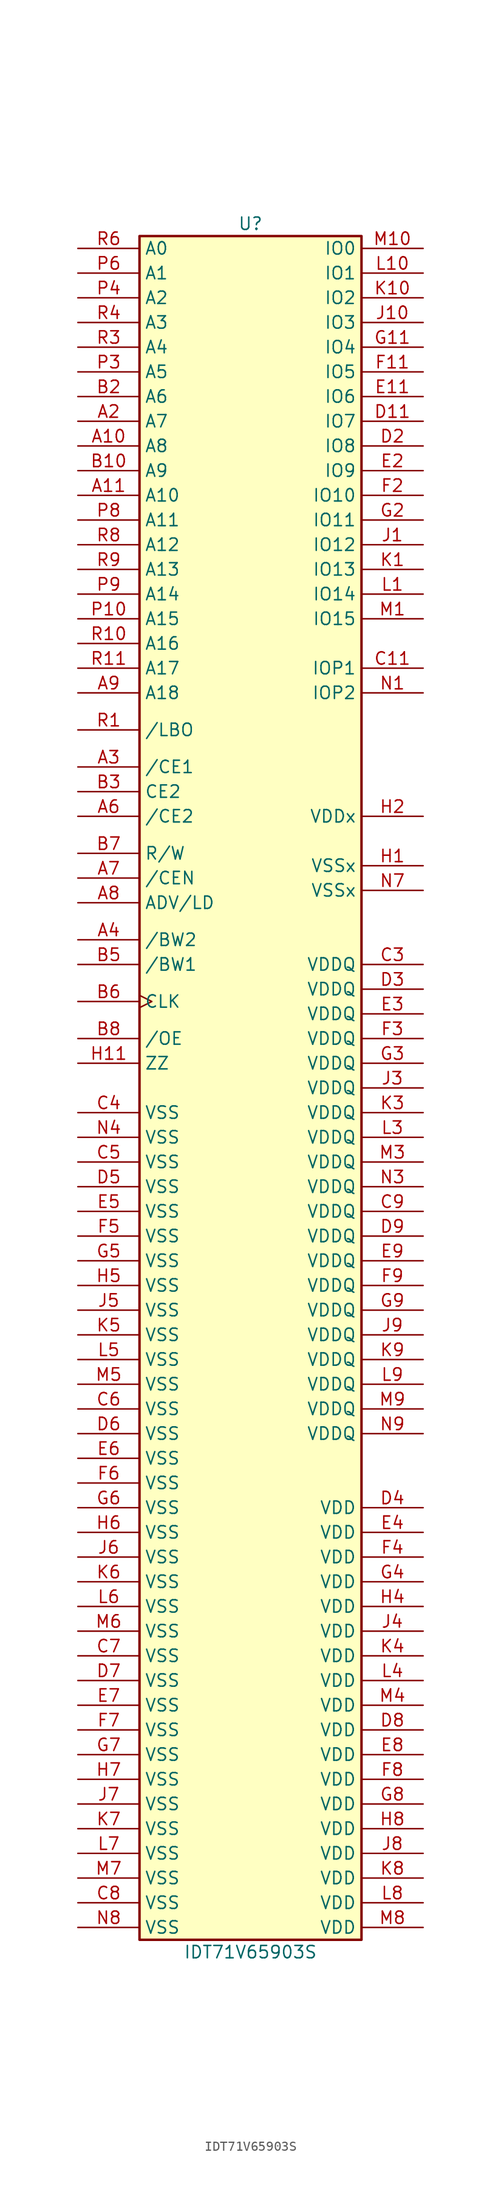
<source format=kicad_sym>
(kicad_symbol_lib
  (version 20220914)
  (generator kicad_symbol_editor)
  (symbol "IDT71V65903S"
    (property "Reference" "U"
      (at 0 88.9 0)
      (effects (font (size 1.27 1.27))))
    (property "Value" "IDT71V65903S"
      (at 0 -88.9 0)
      (effects (font (size 1.27 1.27))))
    (symbol "IDT71V65903S_0_1"
      (rectangle (start -11.43 87.63) (end 11.43 -87.63) (stroke (width 0.254) (type solid)) (fill (type background))))
    (symbol "IDT71V65903S_1_1"
      (pin input line (at -17.78 66.04 0) (length 6.35) (name "A8" (effects (font (size 1.27 1.27)))) (number "A10" (effects (font (size 1.27 1.27)))))
      (pin input line (at -17.78 60.96 0) (length 6.35) (name "A10" (effects (font (size 1.27 1.27)))) (number "A11" (effects (font (size 1.27 1.27)))))
      (pin input line (at -17.78 68.58 0) (length 6.35) (name "A7" (effects (font (size 1.27 1.27)))) (number "A2" (effects (font (size 1.27 1.27)))))
      (pin input line (at -17.78 33.02 0) (length 6.35) (name "/CE1" (effects (font (size 1.27 1.27)))) (number "A3" (effects (font (size 1.27 1.27)))))
      (pin input line (at -17.78 15.24 0) (length 6.35) (name "/BW2" (effects (font (size 1.27 1.27)))) (number "A4" (effects (font (size 1.27 1.27)))))
      (pin input line (at -17.78 27.94 0) (length 6.35) (name "/CE2" (effects (font (size 1.27 1.27)))) (number "A6" (effects (font (size 1.27 1.27)))))
      (pin input line (at -17.78 21.59 0) (length 6.35) (name "/CEN" (effects (font (size 1.27 1.27)))) (number "A7" (effects (font (size 1.27 1.27)))))
      (pin input line (at -17.78 19.05 0) (length 6.35) (name "ADV/LD" (effects (font (size 1.27 1.27)))) (number "A8" (effects (font (size 1.27 1.27)))))
      (pin input line (at -17.78 40.64 0) (length 6.35) (name "A18" (effects (font (size 1.27 1.27)))) (number "A9" (effects (font (size 1.27 1.27)))))
      (pin input line (at -17.78 63.5 0) (length 6.35) (name "A9" (effects (font (size 1.27 1.27)))) (number "B10" (effects (font (size 1.27 1.27)))))
      (pin input line (at -17.78 71.12 0) (length 6.35) (name "A6" (effects (font (size 1.27 1.27)))) (number "B2" (effects (font (size 1.27 1.27)))))
      (pin input line (at -17.78 30.48 0) (length 6.35) (name "CE2" (effects (font (size 1.27 1.27)))) (number "B3" (effects (font (size 1.27 1.27)))))
      (pin input line (at -17.78 12.7 0) (length 6.35) (name "/BW1" (effects (font (size 1.27 1.27)))) (number "B5" (effects (font (size 1.27 1.27)))))
      (pin input clock (at -17.78 8.89 0) (length 6.35) (name "CLK" (effects (font (size 1.27 1.27)))) (number "B6" (effects (font (size 1.27 1.27)))))
      (pin input line (at -17.78 24.13 0) (length 6.35) (name "R/W" (effects (font (size 1.27 1.27)))) (number "B7" (effects (font (size 1.27 1.27)))))
      (pin input line (at -17.78 5.08 0) (length 6.35) (name "/OE" (effects (font (size 1.27 1.27)))) (number "B8" (effects (font (size 1.27 1.27)))))
      (pin bidirectional line (at 17.78 43.18 180) (length 6.35) (name "IOP1" (effects (font (size 1.27 1.27)))) (number "C11" (effects (font (size 1.27 1.27)))))
      (pin power_in line (at 17.78 12.7 180) (length 6.35) (name "VDDQ" (effects (font (size 1.27 1.27)))) (number "C3" (effects (font (size 1.27 1.27)))))
      (pin passive line (at -17.78 -2.54 0) (length 6.35) (name "VSS" (effects (font (size 1.27 1.27)))) (number "C4" (effects (font (size 1.27 1.27)))))
      (pin passive line (at -17.78 -7.62 0) (length 6.35) (name "VSS" (effects (font (size 1.27 1.27)))) (number "C5" (effects (font (size 1.27 1.27)))))
      (pin passive line (at -17.78 -33.02 0) (length 6.35) (name "VSS" (effects (font (size 1.27 1.27)))) (number "C6" (effects (font (size 1.27 1.27)))))
      (pin passive line (at -17.78 -58.42 0) (length 6.35) (name "VSS" (effects (font (size 1.27 1.27)))) (number "C7" (effects (font (size 1.27 1.27)))))
      (pin passive line (at -17.78 -83.82 0) (length 6.35) (name "VSS" (effects (font (size 1.27 1.27)))) (number "C8" (effects (font (size 1.27 1.27)))))
      (pin passive line (at 17.78 -12.7 180) (length 6.35) (name "VDDQ" (effects (font (size 1.27 1.27)))) (number "C9" (effects (font (size 1.27 1.27)))))
      (pin bidirectional line (at 17.78 68.58 180) (length 6.35) (name "IO7" (effects (font (size 1.27 1.27)))) (number "D11" (effects (font (size 1.27 1.27)))))
      (pin bidirectional line (at 17.78 66.04 180) (length 6.35) (name "IO8" (effects (font (size 1.27 1.27)))) (number "D2" (effects (font (size 1.27 1.27)))))
      (pin passive line (at 17.78 10.16 180) (length 6.35) (name "VDDQ" (effects (font (size 1.27 1.27)))) (number "D3" (effects (font (size 1.27 1.27)))))
      (pin passive line (at 17.78 -43.18 180) (length 6.35) (name "VDD" (effects (font (size 1.27 1.27)))) (number "D4" (effects (font (size 1.27 1.27)))))
      (pin passive line (at -17.78 -10.16 0) (length 6.35) (name "VSS" (effects (font (size 1.27 1.27)))) (number "D5" (effects (font (size 1.27 1.27)))))
      (pin passive line (at -17.78 -35.56 0) (length 6.35) (name "VSS" (effects (font (size 1.27 1.27)))) (number "D6" (effects (font (size 1.27 1.27)))))
      (pin passive line (at -17.78 -60.96 0) (length 6.35) (name "VSS" (effects (font (size 1.27 1.27)))) (number "D7" (effects (font (size 1.27 1.27)))))
      (pin passive line (at 17.78 -66.04 180) (length 6.35) (name "VDD" (effects (font (size 1.27 1.27)))) (number "D8" (effects (font (size 1.27 1.27)))))
      (pin passive line (at 17.78 -15.24 180) (length 6.35) (name "VDDQ" (effects (font (size 1.27 1.27)))) (number "D9" (effects (font (size 1.27 1.27)))))
      (pin bidirectional line (at 17.78 71.12 180) (length 6.35) (name "IO6" (effects (font (size 1.27 1.27)))) (number "E11" (effects (font (size 1.27 1.27)))))
      (pin bidirectional line (at 17.78 63.5 180) (length 6.35) (name "IO9" (effects (font (size 1.27 1.27)))) (number "E2" (effects (font (size 1.27 1.27)))))
      (pin passive line (at 17.78 7.62 180) (length 6.35) (name "VDDQ" (effects (font (size 1.27 1.27)))) (number "E3" (effects (font (size 1.27 1.27)))))
      (pin passive line (at 17.78 -45.72 180) (length 6.35) (name "VDD" (effects (font (size 1.27 1.27)))) (number "E4" (effects (font (size 1.27 1.27)))))
      (pin passive line (at -17.78 -12.7 0) (length 6.35) (name "VSS" (effects (font (size 1.27 1.27)))) (number "E5" (effects (font (size 1.27 1.27)))))
      (pin passive line (at -17.78 -38.1 0) (length 6.35) (name "VSS" (effects (font (size 1.27 1.27)))) (number "E6" (effects (font (size 1.27 1.27)))))
      (pin passive line (at -17.78 -63.5 0) (length 6.35) (name "VSS" (effects (font (size 1.27 1.27)))) (number "E7" (effects (font (size 1.27 1.27)))))
      (pin passive line (at 17.78 -68.58 180) (length 6.35) (name "VDD" (effects (font (size 1.27 1.27)))) (number "E8" (effects (font (size 1.27 1.27)))))
      (pin passive line (at 17.78 -17.78 180) (length 6.35) (name "VDDQ" (effects (font (size 1.27 1.27)))) (number "E9" (effects (font (size 1.27 1.27)))))
      (pin bidirectional line (at 17.78 73.66 180) (length 6.35) (name "IO5" (effects (font (size 1.27 1.27)))) (number "F11" (effects (font (size 1.27 1.27)))))
      (pin bidirectional line (at 17.78 60.96 180) (length 6.35) (name "IO10" (effects (font (size 1.27 1.27)))) (number "F2" (effects (font (size 1.27 1.27)))))
      (pin passive line (at 17.78 5.08 180) (length 6.35) (name "VDDQ" (effects (font (size 1.27 1.27)))) (number "F3" (effects (font (size 1.27 1.27)))))
      (pin passive line (at 17.78 -48.26 180) (length 6.35) (name "VDD" (effects (font (size 1.27 1.27)))) (number "F4" (effects (font (size 1.27 1.27)))))
      (pin passive line (at -17.78 -15.24 0) (length 6.35) (name "VSS" (effects (font (size 1.27 1.27)))) (number "F5" (effects (font (size 1.27 1.27)))))
      (pin passive line (at -17.78 -40.64 0) (length 6.35) (name "VSS" (effects (font (size 1.27 1.27)))) (number "F6" (effects (font (size 1.27 1.27)))))
      (pin passive line (at -17.78 -66.04 0) (length 6.35) (name "VSS" (effects (font (size 1.27 1.27)))) (number "F7" (effects (font (size 1.27 1.27)))))
      (pin passive line (at 17.78 -71.12 180) (length 6.35) (name "VDD" (effects (font (size 1.27 1.27)))) (number "F8" (effects (font (size 1.27 1.27)))))
      (pin passive line (at 17.78 -20.32 180) (length 6.35) (name "VDDQ" (effects (font (size 1.27 1.27)))) (number "F9" (effects (font (size 1.27 1.27)))))
      (pin bidirectional line (at 17.78 76.2 180) (length 6.35) (name "IO4" (effects (font (size 1.27 1.27)))) (number "G11" (effects (font (size 1.27 1.27)))))
      (pin bidirectional line (at 17.78 58.42 180) (length 6.35) (name "IO11" (effects (font (size 1.27 1.27)))) (number "G2" (effects (font (size 1.27 1.27)))))
      (pin passive line (at 17.78 2.54 180) (length 6.35) (name "VDDQ" (effects (font (size 1.27 1.27)))) (number "G3" (effects (font (size 1.27 1.27)))))
      (pin passive line (at 17.78 -50.8 180) (length 6.35) (name "VDD" (effects (font (size 1.27 1.27)))) (number "G4" (effects (font (size 1.27 1.27)))))
      (pin passive line (at -17.78 -17.78 0) (length 6.35) (name "VSS" (effects (font (size 1.27 1.27)))) (number "G5" (effects (font (size 1.27 1.27)))))
      (pin passive line (at -17.78 -43.18 0) (length 6.35) (name "VSS" (effects (font (size 1.27 1.27)))) (number "G6" (effects (font (size 1.27 1.27)))))
      (pin passive line (at -17.78 -68.58 0) (length 6.35) (name "VSS" (effects (font (size 1.27 1.27)))) (number "G7" (effects (font (size 1.27 1.27)))))
      (pin passive line (at 17.78 -73.66 180) (length 6.35) (name "VDD" (effects (font (size 1.27 1.27)))) (number "G8" (effects (font (size 1.27 1.27)))))
      (pin passive line (at 17.78 -22.86 180) (length 6.35) (name "VDDQ" (effects (font (size 1.27 1.27)))) (number "G9" (effects (font (size 1.27 1.27)))))
      (pin passive line (at 17.78 22.86 180) (length 6.35) (name "VSSx" (effects (font (size 1.27 1.27)))) (number "H1" (effects (font (size 1.27 1.27)))))
      (pin input line (at -17.78 2.54 0) (length 6.35) (name "ZZ" (effects (font (size 1.27 1.27)))) (number "H11" (effects (font (size 1.27 1.27)))))
      (pin passive line (at 17.78 27.94 180) (length 6.35) (name "VDDx" (effects (font (size 1.27 1.27)))) (number "H2" (effects (font (size 1.27 1.27)))))
      (pin passive line (at 17.78 -53.34 180) (length 6.35) (name "VDD" (effects (font (size 1.27 1.27)))) (number "H4" (effects (font (size 1.27 1.27)))))
      (pin passive line (at -17.78 -20.32 0) (length 6.35) (name "VSS" (effects (font (size 1.27 1.27)))) (number "H5" (effects (font (size 1.27 1.27)))))
      (pin passive line (at -17.78 -45.72 0) (length 6.35) (name "VSS" (effects (font (size 1.27 1.27)))) (number "H6" (effects (font (size 1.27 1.27)))))
      (pin passive line (at -17.78 -71.12 0) (length 6.35) (name "VSS" (effects (font (size 1.27 1.27)))) (number "H7" (effects (font (size 1.27 1.27)))))
      (pin passive line (at 17.78 -76.2 180) (length 6.35) (name "VDD" (effects (font (size 1.27 1.27)))) (number "H8" (effects (font (size 1.27 1.27)))))
      (pin bidirectional line (at 17.78 55.88 180) (length 6.35) (name "IO12" (effects (font (size 1.27 1.27)))) (number "J1" (effects (font (size 1.27 1.27)))))
      (pin bidirectional line (at 17.78 78.74 180) (length 6.35) (name "IO3" (effects (font (size 1.27 1.27)))) (number "J10" (effects (font (size 1.27 1.27)))))
      (pin passive line (at 17.78 0 180) (length 6.35) (name "VDDQ" (effects (font (size 1.27 1.27)))) (number "J3" (effects (font (size 1.27 1.27)))))
      (pin passive line (at 17.78 -55.88 180) (length 6.35) (name "VDD" (effects (font (size 1.27 1.27)))) (number "J4" (effects (font (size 1.27 1.27)))))
      (pin passive line (at -17.78 -22.86 0) (length 6.35) (name "VSS" (effects (font (size 1.27 1.27)))) (number "J5" (effects (font (size 1.27 1.27)))))
      (pin passive line (at -17.78 -48.26 0) (length 6.35) (name "VSS" (effects (font (size 1.27 1.27)))) (number "J6" (effects (font (size 1.27 1.27)))))
      (pin passive line (at -17.78 -73.66 0) (length 6.35) (name "VSS" (effects (font (size 1.27 1.27)))) (number "J7" (effects (font (size 1.27 1.27)))))
      (pin passive line (at 17.78 -78.74 180) (length 6.35) (name "VDD" (effects (font (size 1.27 1.27)))) (number "J8" (effects (font (size 1.27 1.27)))))
      (pin passive line (at 17.78 -25.4 180) (length 6.35) (name "VDDQ" (effects (font (size 1.27 1.27)))) (number "J9" (effects (font (size 1.27 1.27)))))
      (pin bidirectional line (at 17.78 53.34 180) (length 6.35) (name "IO13" (effects (font (size 1.27 1.27)))) (number "K1" (effects (font (size 1.27 1.27)))))
      (pin bidirectional line (at 17.78 81.28 180) (length 6.35) (name "IO2" (effects (font (size 1.27 1.27)))) (number "K10" (effects (font (size 1.27 1.27)))))
      (pin passive line (at 17.78 -2.54 180) (length 6.35) (name "VDDQ" (effects (font (size 1.27 1.27)))) (number "K3" (effects (font (size 1.27 1.27)))))
      (pin passive line (at 17.78 -58.42 180) (length 6.35) (name "VDD" (effects (font (size 1.27 1.27)))) (number "K4" (effects (font (size 1.27 1.27)))))
      (pin passive line (at -17.78 -25.4 0) (length 6.35) (name "VSS" (effects (font (size 1.27 1.27)))) (number "K5" (effects (font (size 1.27 1.27)))))
      (pin passive line (at -17.78 -50.8 0) (length 6.35) (name "VSS" (effects (font (size 1.27 1.27)))) (number "K6" (effects (font (size 1.27 1.27)))))
      (pin passive line (at -17.78 -76.2 0) (length 6.35) (name "VSS" (effects (font (size 1.27 1.27)))) (number "K7" (effects (font (size 1.27 1.27)))))
      (pin passive line (at 17.78 -81.28 180) (length 6.35) (name "VDD" (effects (font (size 1.27 1.27)))) (number "K8" (effects (font (size 1.27 1.27)))))
      (pin passive line (at 17.78 -27.94 180) (length 6.35) (name "VDDQ" (effects (font (size 1.27 1.27)))) (number "K9" (effects (font (size 1.27 1.27)))))
      (pin bidirectional line (at 17.78 50.8 180) (length 6.35) (name "IO14" (effects (font (size 1.27 1.27)))) (number "L1" (effects (font (size 1.27 1.27)))))
      (pin bidirectional line (at 17.78 83.82 180) (length 6.35) (name "IO1" (effects (font (size 1.27 1.27)))) (number "L10" (effects (font (size 1.27 1.27)))))
      (pin passive line (at 17.78 -5.08 180) (length 6.35) (name "VDDQ" (effects (font (size 1.27 1.27)))) (number "L3" (effects (font (size 1.27 1.27)))))
      (pin passive line (at 17.78 -60.96 180) (length 6.35) (name "VDD" (effects (font (size 1.27 1.27)))) (number "L4" (effects (font (size 1.27 1.27)))))
      (pin passive line (at -17.78 -27.94 0) (length 6.35) (name "VSS" (effects (font (size 1.27 1.27)))) (number "L5" (effects (font (size 1.27 1.27)))))
      (pin passive line (at -17.78 -53.34 0) (length 6.35) (name "VSS" (effects (font (size 1.27 1.27)))) (number "L6" (effects (font (size 1.27 1.27)))))
      (pin passive line (at -17.78 -78.74 0) (length 6.35) (name "VSS" (effects (font (size 1.27 1.27)))) (number "L7" (effects (font (size 1.27 1.27)))))
      (pin passive line (at 17.78 -83.82 180) (length 6.35) (name "VDD" (effects (font (size 1.27 1.27)))) (number "L8" (effects (font (size 1.27 1.27)))))
      (pin passive line (at 17.78 -30.48 180) (length 6.35) (name "VDDQ" (effects (font (size 1.27 1.27)))) (number "L9" (effects (font (size 1.27 1.27)))))
      (pin bidirectional line (at 17.78 48.26 180) (length 6.35) (name "IO15" (effects (font (size 1.27 1.27)))) (number "M1" (effects (font (size 1.27 1.27)))))
      (pin bidirectional line (at 17.78 86.36 180) (length 6.35) (name "IO0" (effects (font (size 1.27 1.27)))) (number "M10" (effects (font (size 1.27 1.27)))))
      (pin passive line (at 17.78 -7.62 180) (length 6.35) (name "VDDQ" (effects (font (size 1.27 1.27)))) (number "M3" (effects (font (size 1.27 1.27)))))
      (pin passive line (at 17.78 -63.5 180) (length 6.35) (name "VDD" (effects (font (size 1.27 1.27)))) (number "M4" (effects (font (size 1.27 1.27)))))
      (pin passive line (at -17.78 -30.48 0) (length 6.35) (name "VSS" (effects (font (size 1.27 1.27)))) (number "M5" (effects (font (size 1.27 1.27)))))
      (pin passive line (at -17.78 -55.88 0) (length 6.35) (name "VSS" (effects (font (size 1.27 1.27)))) (number "M6" (effects (font (size 1.27 1.27)))))
      (pin passive line (at -17.78 -81.28 0) (length 6.35) (name "VSS" (effects (font (size 1.27 1.27)))) (number "M7" (effects (font (size 1.27 1.27)))))
      (pin passive line (at 17.78 -86.36 180) (length 6.35) (name "VDD" (effects (font (size 1.27 1.27)))) (number "M8" (effects (font (size 1.27 1.27)))))
      (pin passive line (at 17.78 -33.02 180) (length 6.35) (name "VDDQ" (effects (font (size 1.27 1.27)))) (number "M9" (effects (font (size 1.27 1.27)))))
      (pin bidirectional line (at 17.78 40.64 180) (length 6.35) (name "IOP2" (effects (font (size 1.27 1.27)))) (number "N1" (effects (font (size 1.27 1.27)))))
      (pin passive line (at 17.78 -10.16 180) (length 6.35) (name "VDDQ" (effects (font (size 1.27 1.27)))) (number "N3" (effects (font (size 1.27 1.27)))))
      (pin passive line (at -17.78 -5.08 0) (length 6.35) (name "VSS" (effects (font (size 1.27 1.27)))) (number "N4" (effects (font (size 1.27 1.27)))))
      (pin passive line (at 17.78 20.32 180) (length 6.35) (name "VSSx" (effects (font (size 1.27 1.27)))) (number "N7" (effects (font (size 1.27 1.27)))))
      (pin passive line (at -17.78 -86.36 0) (length 6.35) (name "VSS" (effects (font (size 1.27 1.27)))) (number "N8" (effects (font (size 1.27 1.27)))))
      (pin power_in line (at 17.78 -35.56 180) (length 6.35) (name "VDDQ" (effects (font (size 1.27 1.27)))) (number "N9" (effects (font (size 1.27 1.27)))))
      (pin input line (at -17.78 48.26 0) (length 6.35) (name "A15" (effects (font (size 1.27 1.27)))) (number "P10" (effects (font (size 1.27 1.27)))))
      (pin input line (at -17.78 73.66 0) (length 6.35) (name "A5" (effects (font (size 1.27 1.27)))) (number "P3" (effects (font (size 1.27 1.27)))))
      (pin input line (at -17.78 81.28 0) (length 6.35) (name "A2" (effects (font (size 1.27 1.27)))) (number "P4" (effects (font (size 1.27 1.27)))))
      (pin input line (at -17.78 83.82 0) (length 6.35) (name "A1" (effects (font (size 1.27 1.27)))) (number "P6" (effects (font (size 1.27 1.27)))))
      (pin input line (at -17.78 58.42 0) (length 6.35) (name "A11" (effects (font (size 1.27 1.27)))) (number "P8" (effects (font (size 1.27 1.27)))))
      (pin input line (at -17.78 50.8 0) (length 6.35) (name "A14" (effects (font (size 1.27 1.27)))) (number "P9" (effects (font (size 1.27 1.27)))))
      (pin input line (at -17.78 36.83 0) (length 6.35) (name "/LBO" (effects (font (size 1.27 1.27)))) (number "R1" (effects (font (size 1.27 1.27)))))
      (pin input line (at -17.78 45.72 0) (length 6.35) (name "A16" (effects (font (size 1.27 1.27)))) (number "R10" (effects (font (size 1.27 1.27)))))
      (pin input line (at -17.78 43.18 0) (length 6.35) (name "A17" (effects (font (size 1.27 1.27)))) (number "R11" (effects (font (size 1.27 1.27)))))
      (pin input line (at -17.78 76.2 0) (length 6.35) (name "A4" (effects (font (size 1.27 1.27)))) (number "R3" (effects (font (size 1.27 1.27)))))
      (pin input line (at -17.78 78.74 0) (length 6.35) (name "A3" (effects (font (size 1.27 1.27)))) (number "R4" (effects (font (size 1.27 1.27)))))
      (pin input line (at -17.78 86.36 0) (length 6.35) (name "A0" (effects (font (size 1.27 1.27)))) (number "R6" (effects (font (size 1.27 1.27)))))
      (pin input line (at -17.78 55.88 0) (length 6.35) (name "A12" (effects (font (size 1.27 1.27)))) (number "R8" (effects (font (size 1.27 1.27)))))
      (pin input line (at -17.78 53.34 0) (length 6.35) (name "A13" (effects (font (size 1.27 1.27)))) (number "R9" (effects (font (size 1.27 1.27))))))))
</source>
